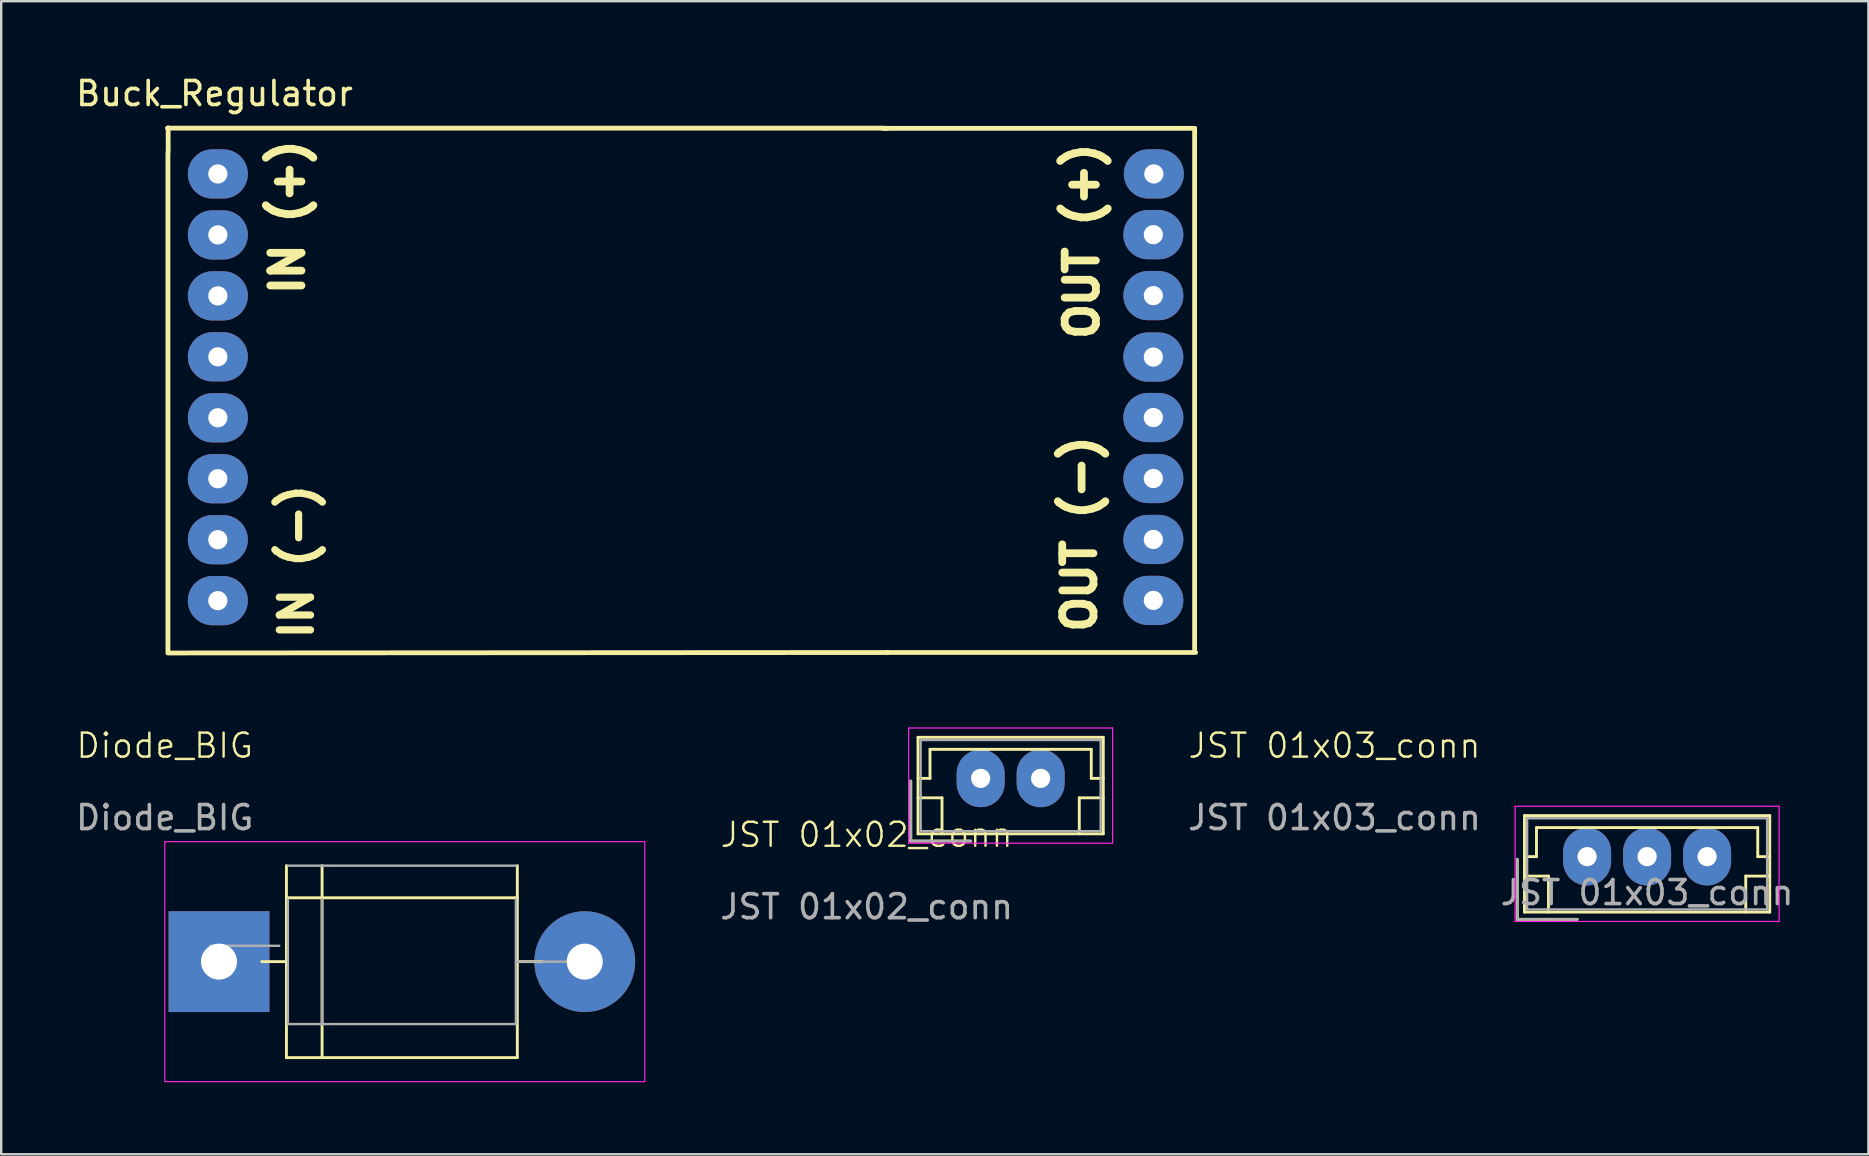
<source format=kicad_pcb>
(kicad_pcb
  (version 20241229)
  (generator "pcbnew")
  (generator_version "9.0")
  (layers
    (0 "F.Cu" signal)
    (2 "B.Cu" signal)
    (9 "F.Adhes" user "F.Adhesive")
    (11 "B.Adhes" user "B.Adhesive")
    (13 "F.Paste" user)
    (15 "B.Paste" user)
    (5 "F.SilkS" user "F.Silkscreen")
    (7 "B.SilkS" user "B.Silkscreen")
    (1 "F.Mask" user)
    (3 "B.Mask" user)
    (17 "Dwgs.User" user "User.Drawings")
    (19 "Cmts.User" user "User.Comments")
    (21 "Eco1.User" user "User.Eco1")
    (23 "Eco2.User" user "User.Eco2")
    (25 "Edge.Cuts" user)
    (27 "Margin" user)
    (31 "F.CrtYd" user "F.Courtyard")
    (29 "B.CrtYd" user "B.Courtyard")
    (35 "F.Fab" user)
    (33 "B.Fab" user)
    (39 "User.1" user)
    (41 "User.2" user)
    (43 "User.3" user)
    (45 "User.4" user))
  (footprint "JST 01x03_conn"
    (layer "F.Cu")
    (at 52.556 28.519)
    (property "Reference" "JST 01x03_conn" (at 0 -0.5 0) (unlocked yes) (layer "F.SilkS") (effects (font (size 1 1) (thickness 0.1))))
    (attr through_hole)
    (fp_line (start 7.615 4.235) (end 7.615 6.735) (stroke (width 0.12) (type solid)) (layer "F.SilkS"))
    (fp_line (start 7.615 6.735) (end 10.115 6.735) (stroke (width 0.12) (type solid)) (layer "F.SilkS"))
    (fp_line (start 7.915 2.415) (end 7.915 6.435) (stroke (width 0.12) (type solid)) (layer "F.SilkS"))
    (fp_line (start 7.915 4.125) (end 8.415 4.125) (stroke (width 0.12) (type solid)) (layer "F.SilkS"))
    (fp_line (start 7.915 4.935) (end 8.915 4.935) (stroke (width 0.12) (type solid)) (layer "F.SilkS"))
    (fp_line (start 7.915 6.435) (end 18.135 6.435) (stroke (width 0.12) (type solid)) (layer "F.SilkS"))
    (fp_line (start 8.415 2.915) (end 17.635 2.915) (stroke (width 0.12) (type solid)) (layer "F.SilkS"))
    (fp_line (start 8.415 4.125) (end 8.415 2.915) (stroke (width 0.12) (type solid)) (layer "F.SilkS"))
    (fp_line (start 8.915 4.935) (end 8.915 6.435) (stroke (width 0.12) (type solid)) (layer "F.SilkS"))
    (fp_line (start 17.135 4.935) (end 17.135 6.435) (stroke (width 0.12) (type solid)) (layer "F.SilkS"))
    (fp_line (start 17.635 2.915) (end 17.635 4.125) (stroke (width 0.12) (type solid)) (layer "F.SilkS"))
    (fp_line (start 17.635 4.125) (end 18.135 4.125) (stroke (width 0.12) (type solid)) (layer "F.SilkS"))
    (fp_line (start 18.135 2.415) (end 7.915 2.415) (stroke (width 0.12) (type solid)) (layer "F.SilkS"))
    (fp_line (start 18.135 4.935) (end 17.135 4.935) (stroke (width 0.12) (type solid)) (layer "F.SilkS"))
    (fp_line (start 18.135 6.435) (end 18.135 2.415) (stroke (width 0.12) (type solid)) (layer "F.SilkS"))
    (fp_line (start 7.525 2.025) (end 7.525 6.825) (stroke (width 0.05) (type solid)) (layer "F.CrtYd"))
    (fp_line (start 7.525 6.825) (end 18.525 6.825) (stroke (width 0.05) (type solid)) (layer "F.CrtYd"))
    (fp_line (start 18.525 2.025) (end 7.525 2.025) (stroke (width 0.05) (type solid)) (layer "F.CrtYd"))
    (fp_line (start 18.525 6.825) (end 18.525 2.025) (stroke (width 0.05) (type solid)) (layer "F.CrtYd"))
    (fp_line (start 7.615 4.235) (end 7.615 6.735) (stroke (width 0.1) (type solid)) (layer "F.Fab"))
    (fp_line (start 7.615 6.735) (end 10.115 6.735) (stroke (width 0.1) (type solid)) (layer "F.Fab"))
    (fp_line (start 8.025 2.525) (end 8.025 6.325) (stroke (width 0.1) (type solid)) (layer "F.Fab"))
    (fp_line (start 8.025 6.325) (end 18.025 6.325) (stroke (width 0.1) (type solid)) (layer "F.Fab"))
    (fp_line (start 18.025 2.525) (end 8.025 2.525) (stroke (width 0.1) (type solid)) (layer "F.Fab"))
    (fp_line (start 18.025 6.325) (end 18.025 2.525) (stroke (width 0.1) (type solid)) (layer "F.Fab"))
    (fp_text user "${REFERENCE}" (at 0 2.5 0) (unlocked yes) (layer "F.Fab") (effects (font (size 1 1) (thickness 0.15))))
    (fp_text user "${REFERENCE}" (at 13.025 5.625 0) (layer "F.Fab") (effects (font (size 1 1) (thickness 0.15))))
    (pad "1" thru_hole oval (at 10.525 4.125) (size 2 2.4) (drill 0.8) (layers "*.Cu" "*.Mask"))
    (pad "2" thru_hole oval (at 13.025 4.125) (size 2 2.4) (drill 0.8) (layers "*.Cu" "*.Mask"))
    (pad "3" thru_hole oval (at 15.525 4.125) (size 2 2.4) (drill 0.8) (layers "*.Cu" "*.Mask")))
  (footprint "Diode_BIG"
    (layer "F.Cu")
    (at 3.815 32.019)
    (property "Reference" "Diode_BIG" (at 0 -4 0) (unlocked yes) (layer "F.SilkS") (effects (font (size 1 1) (thickness 0.1))))
    (attr smd)
    (fp_line (start 4.04 5) (end 5.07 5) (stroke (width 0.12) (type solid)) (layer "F.SilkS"))
    (fp_line (start 5.07 1) (end 5.07 9) (stroke (width 0.12) (type solid)) (layer "F.SilkS"))
    (fp_line (start 5.07 9) (end 14.69 9) (stroke (width 0.12) (type solid)) (layer "F.SilkS"))
    (fp_line (start 6.555 1) (end 6.555 9) (stroke (width 0.12) (type solid)) (layer "F.SilkS"))
    (fp_line (start 14.69 2.34) (end 5.07 2.34) (stroke (width 0.12) (type solid)) (layer "F.SilkS"))
    (fp_line (start 14.69 9) (end 14.69 1) (stroke (width 0.12) (type solid)) (layer "F.SilkS"))
    (fp_line (start 15.72 5) (end 14.69 5) (stroke (width 0.12) (type solid)) (layer "F.SilkS"))
    (fp_rect (start 0 0) (end 20 10) (stroke (width 0.05) (type default)) (fill no) (layer "F.CrtYd"))
    (fp_line (start 1.9 4.34) (end 4.77 4.34) (stroke (width 0.1) (type solid)) (layer "F.Fab"))
    (fp_line (start 5.13 2.4) (end 5.13 7.6) (stroke (width 0.1) (type solid)) (layer "F.Fab"))
    (fp_line (start 5.13 7.6) (end 14.63 7.6) (stroke (width 0.1) (type solid)) (layer "F.Fab"))
    (fp_line (start 6.555 2.4) (end 6.555 7.6) (stroke (width 0.1) (type solid)) (layer "F.Fab"))
    (fp_line (start 14.63 1) (end 5.13 1) (stroke (width 0.1) (type solid)) (layer "F.Fab"))
    (fp_line (start 14.63 7.6) (end 14.63 2.4) (stroke (width 0.1) (type solid)) (layer "F.Fab"))
    (fp_line (start 17.5 5) (end 14.63 5) (stroke (width 0.1) (type solid)) (layer "F.Fab"))
    (fp_text user "${REFERENCE}" (at 0 -1 0) (unlocked yes) (layer "F.Fab") (effects (font (size 1 1) (thickness 0.15))))
    (pad "1" thru_hole rect (at 2.26 5) (size 4.2 4.2) (drill 1.5) (layers "*.Cu" "*.Mask"))
    (pad "2" thru_hole oval (at 17.5 5) (size 4.2 4.2) (drill 1.5) (layers "*.Cu" "*.Mask")))
  (footprint "JST 01x02_conn"
    (layer "F.Cu")
    (at 33.061 32.233)
    (property "Reference" "JST 01x02_conn" (at 0 -0.5 0) (unlocked yes) (layer "F.SilkS") (effects (font (size 1 1) (thickness 0.1))))
    (attr through_hole)
    (fp_line (start 1.84 -2.74) (end 1.84 -0.24) (stroke (width 0.12) (type solid)) (layer "F.SilkS"))
    (fp_line (start 1.84 -0.24) (end 4.34 -0.24) (stroke (width 0.12) (type solid)) (layer "F.SilkS"))
    (fp_line (start 2.14 -4.56) (end 2.14 -0.54) (stroke (width 0.12) (type solid)) (layer "F.SilkS"))
    (fp_line (start 2.14 -2.85) (end 2.64 -2.85) (stroke (width 0.12) (type solid)) (layer "F.SilkS"))
    (fp_line (start 2.14 -2.04) (end 3.14 -2.04) (stroke (width 0.12) (type solid)) (layer "F.SilkS"))
    (fp_line (start 2.14 -0.54) (end 9.86 -0.54) (stroke (width 0.12) (type solid)) (layer "F.SilkS"))
    (fp_line (start 2.64 -4.06) (end 9.36 -4.06) (stroke (width 0.12) (type solid)) (layer "F.SilkS"))
    (fp_line (start 2.64 -2.85) (end 2.64 -4.06) (stroke (width 0.12) (type solid)) (layer "F.SilkS"))
    (fp_line (start 3.14 -2.04) (end 3.14 -0.54) (stroke (width 0.12) (type solid)) (layer "F.SilkS"))
    (fp_line (start 8.86 -2.04) (end 8.86 -0.54) (stroke (width 0.12) (type solid)) (layer "F.SilkS"))
    (fp_line (start 9.36 -4.06) (end 9.36 -2.85) (stroke (width 0.12) (type solid)) (layer "F.SilkS"))
    (fp_line (start 9.36 -2.85) (end 9.86 -2.85) (stroke (width 0.12) (type solid)) (layer "F.SilkS"))
    (fp_line (start 9.86 -4.56) (end 2.14 -4.56) (stroke (width 0.12) (type solid)) (layer "F.SilkS"))
    (fp_line (start 9.86 -2.04) (end 8.86 -2.04) (stroke (width 0.12) (type solid)) (layer "F.SilkS"))
    (fp_line (start 9.86 -0.54) (end 9.86 -4.56) (stroke (width 0.12) (type solid)) (layer "F.SilkS"))
    (fp_line (start 1.75 -4.95) (end 1.75 -0.15) (stroke (width 0.05) (type solid)) (layer "F.CrtYd"))
    (fp_line (start 1.75 -0.15) (end 10.25 -0.15) (stroke (width 0.05) (type solid)) (layer "F.CrtYd"))
    (fp_line (start 10.25 -4.95) (end 1.75 -4.95) (stroke (width 0.05) (type solid)) (layer "F.CrtYd"))
    (fp_line (start 10.25 -0.15) (end 10.25 -4.95) (stroke (width 0.05) (type solid)) (layer "F.CrtYd"))
    (fp_line (start 1.84 -2.74) (end 1.84 -0.24) (stroke (width 0.1) (type solid)) (layer "F.Fab"))
    (fp_line (start 1.84 -0.24) (end 4.34 -0.24) (stroke (width 0.1) (type solid)) (layer "F.Fab"))
    (fp_line (start 2.25 -4.45) (end 2.25 -0.65) (stroke (width 0.1) (type solid)) (layer "F.Fab"))
    (fp_line (start 2.25 -0.65) (end 9.75 -0.65) (stroke (width 0.1) (type solid)) (layer "F.Fab"))
    (fp_line (start 9.75 -4.45) (end 2.25 -4.45) (stroke (width 0.1) (type solid)) (layer "F.Fab"))
    (fp_line (start 9.75 -0.65) (end 9.75 -4.45) (stroke (width 0.1) (type solid)) (layer "F.Fab"))
    (fp_text user "${REFERENCE}" (at 0 2.5 0) (unlocked yes) (layer "F.Fab") (effects (font (size 1 1) (thickness 0.15))))
    (pad "1" thru_hole oval (at 4.75 -2.85) (size 2 2.4) (drill 0.8) (layers "*.Cu" "*.Mask"))
    (pad "2" thru_hole oval (at 7.25 -2.85) (size 2 2.4) (drill 0.8) (layers "*.Cu" "*.Mask")))
  (footprint "Buck_Regulator"
    (layer "F.Cu")
    (at 6.027 4.198)
    (property "Reference" "Buck_Regulator" (at -0.14 -3.35 0) (layer "F.SilkS") (effects (font (size 1 1) (thickness 0.15))))
    (attr through_hole)
    (fp_line (start -2.1 -1.91) (end 27.74 -1.91) (stroke (width 0.2) (type solid)) (layer "F.SilkS"))
    (fp_line (start -2.08 -0.9) (end -2.08 19.9) (stroke (width 0.2) (type solid)) (layer "F.SilkS"))
    (fp_line (start -2.08 19.96) (end 27.91 19.94) (stroke (width 0.2) (type solid)) (layer "F.SilkS"))
    (fp_line (start -2.07 -0.93) (end -2.07 -1.92) (stroke (width 0.2) (type solid)) (layer "F.SilkS"))
    (fp_line (start 27.7 -1.9) (end 27.9 -1.9) (stroke (width 0.2) (type solid)) (layer "F.SilkS"))
    (fp_line (start 27.8 -1.9) (end 40.7 -1.9) (stroke (width 0.2) (type solid)) (layer "F.SilkS"))
    (fp_line (start 27.87 19.94) (end 40.74 19.94) (stroke (width 0.2) (type solid)) (layer "F.SilkS"))
    (fp_line (start 40.7 -1.9) (end 40.7 19.9) (stroke (width 0.2) (type solid)) (layer "F.SilkS"))
    (fp_text user "IN (-)" (at 3.275 16.15 90) (layer "F.SilkS") (effects (font (size 1.3 1.3) (thickness 0.3))))
    (fp_text user "IN (+)" (at 2.9 1.8 90) (layer "F.SilkS") (effects (font (size 1.3 1.3) (thickness 0.325))))
    (fp_text user "OUT (-)" (at 35.9 15 90) (layer "F.SilkS") (effects (font (size 1.3 1.3) (thickness 0.325))))
    (fp_text user "OUT (+)" (at 36 2.8 90) (layer "F.SilkS") (effects (font (size 1.3 1.3) (thickness 0.325))))
    (pad "1" thru_hole oval (at 0 0) (size 2.5 2.05) (drill 0.8) (layers "*.Cu" "*.Mask"))
    (pad "1" thru_hole oval (at 0 2.54) (size 2.5 2.05) (drill 0.8) (layers "*.Cu" "*.Mask"))
    (pad "1" thru_hole oval (at 0 5.08) (size 2.5 2.05) (drill 0.8) (layers "*.Cu" "*.Mask"))
    (pad "1" thru_hole oval (at 0 7.62) (size 2.5 2.05) (drill 0.8) (layers "*.Cu" "*.Mask"))
    (pad "2" thru_hole oval (at 0 10.16) (size 2.5 2.05) (drill 0.8) (layers "*.Cu" "*.Mask"))
    (pad "2" thru_hole oval (at 0 12.7) (size 2.5 2.05) (drill 0.8) (layers "*.Cu" "*.Mask"))
    (pad "2" thru_hole oval (at 0 15.24) (size 2.5 2.05) (drill 0.8) (layers "*.Cu" "*.Mask"))
    (pad "2" thru_hole oval (at 0 17.78) (size 2.5 2.05) (drill 0.8) (layers "*.Cu" "*.Mask"))
    (pad "3" thru_hole oval (at 38.98 2.53) (size 2.5 2.05) (drill 0.8) (layers "*.Cu" "*.Mask"))
    (pad "3" thru_hole oval (at 38.98 5.07) (size 2.5 2.05) (drill 0.8) (layers "*.Cu" "*.Mask"))
    (pad "3" thru_hole oval (at 38.98 7.63) (size 2.5 2.05) (drill 0.8) (layers "*.Cu" "*.Mask"))
    (pad "3" thru_hole oval (at 39 0) (size 2.5 2.05) (drill 0.8) (layers "*.Cu" "*.Mask"))
    (pad "4" thru_hole oval (at 38.98 10.15) (size 2.5 2.05) (drill 0.8) (layers "*.Cu" "*.Mask"))
    (pad "4" thru_hole oval (at 38.98 12.69) (size 2.5 2.05) (drill 0.8) (layers "*.Cu" "*.Mask"))
    (pad "4" thru_hole oval (at 38.98 15.23) (size 2.5 2.05) (drill 0.8) (layers "*.Cu" "*.Mask"))
    (pad "4" thru_hole oval (at 38.98 17.77) (size 2.5 2.05) (drill 0.8) (layers "*.Cu" "*.Mask")))
  (gr_rect
    (start -3 -3)
    (end 74.801 45.044)
    (stroke (width 0.1) (type default))
    (fill no)
    (layer "Edge.Cuts")))
</source>
